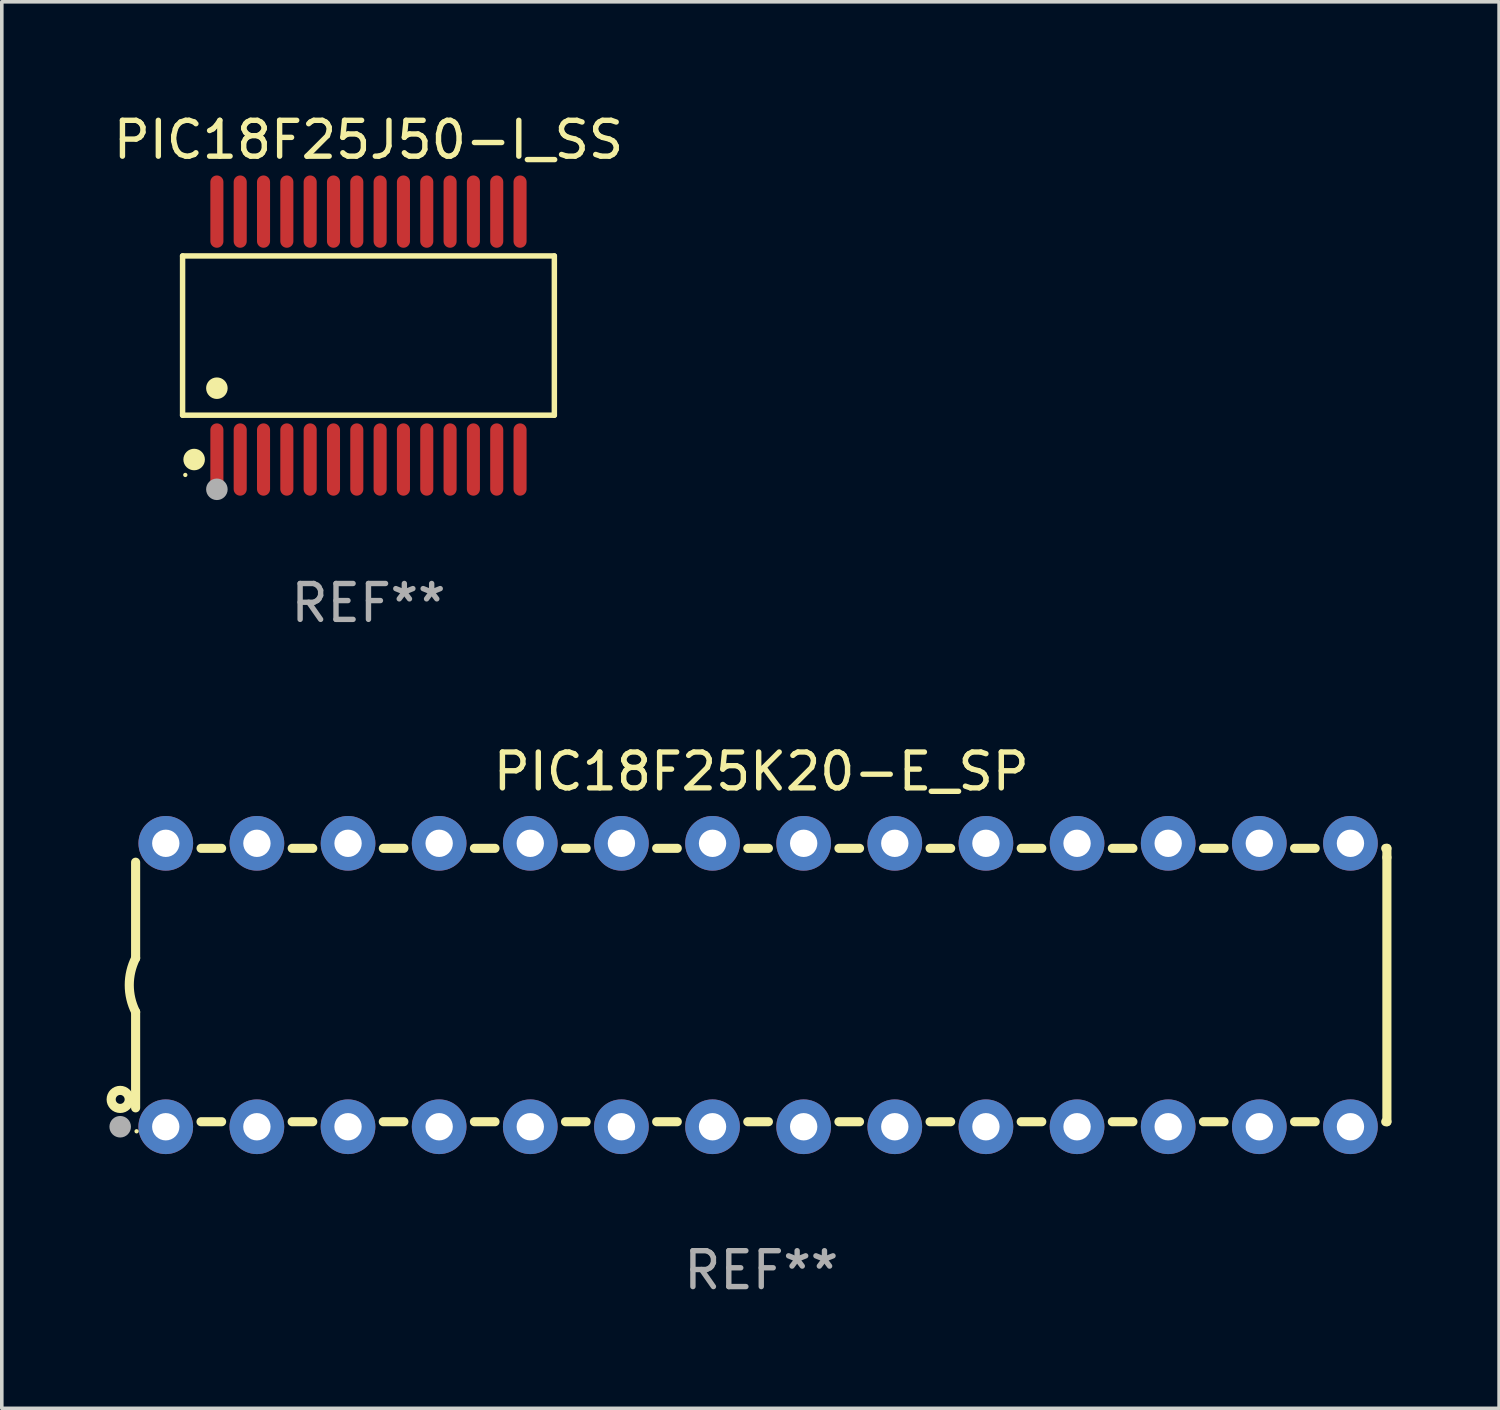
<source format=kicad_pcb>
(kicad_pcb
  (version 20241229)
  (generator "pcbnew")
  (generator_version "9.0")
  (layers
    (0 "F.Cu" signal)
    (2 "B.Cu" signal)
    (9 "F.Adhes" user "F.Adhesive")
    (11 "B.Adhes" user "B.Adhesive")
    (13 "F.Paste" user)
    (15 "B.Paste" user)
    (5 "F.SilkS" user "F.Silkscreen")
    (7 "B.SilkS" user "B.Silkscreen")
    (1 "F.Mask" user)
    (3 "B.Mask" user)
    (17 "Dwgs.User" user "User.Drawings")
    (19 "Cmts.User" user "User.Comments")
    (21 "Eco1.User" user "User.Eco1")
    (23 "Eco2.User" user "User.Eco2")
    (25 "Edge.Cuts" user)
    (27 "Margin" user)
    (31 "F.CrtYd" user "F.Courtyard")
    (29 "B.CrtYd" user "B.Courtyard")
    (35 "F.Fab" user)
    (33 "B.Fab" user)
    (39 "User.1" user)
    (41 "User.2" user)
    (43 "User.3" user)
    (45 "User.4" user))
  (footprint "PIC18F25J50-I_SS"
    (layer "F.Cu")
    (at 7.22 6.303)
    (property "Reference" "PIC18F25J50-I_SS" (at 0 -5.455 0) (layer "F.SilkS") (effects (font (size 1 1) (thickness 0.15))))
    (attr through_hole)
    (fp_line (start -5.181 -2.219) (end 5.181 -2.219) (stroke (width 0.152) (type solid)) (layer "F.SilkS"))
    (fp_line (start -5.181 2.219) (end -5.181 -2.219) (stroke (width 0.152) (type solid)) (layer "F.SilkS"))
    (fp_line (start 5.181 -2.219) (end 5.181 2.219) (stroke (width 0.152) (type solid)) (layer "F.SilkS"))
    (fp_line (start 5.181 2.219) (end -5.181 2.219) (stroke (width 0.152) (type solid)) (layer "F.SilkS"))
    (fp_circle (center -5.105 3.885) (end -5.075 3.885) (stroke (width 0.06) (type solid)) (fill no) (layer "F.SilkS"))
    (fp_circle (center -4.859 3.455) (end -4.709 3.455) (stroke (width 0.3) (type solid)) (fill no) (layer "F.SilkS"))
    (fp_circle (center -4.225 1.467) (end -4.075 1.467) (stroke (width 0.3) (type solid)) (fill no) (layer "F.SilkS"))
    (fp_circle (center -4.225 4.285) (end -4.075 4.285) (stroke (width 0.3) (type solid)) (fill no) (layer "F.Fab"))
    (fp_text user "REF**" (at 0 7.455 0) (layer "F.Fab") (effects (font (size 1 1) (thickness 0.15))))
    (pad "1" smd oval (at -4.225 3.455) (size 0.364 2.015) (layers "F.Cu" "F.Mask" "F.Paste"))
    (pad "2" smd oval (at -3.575 3.455) (size 0.364 2.015) (layers "F.Cu" "F.Mask" "F.Paste"))
    (pad "3" smd oval (at -2.925 3.455) (size 0.364 2.015) (layers "F.Cu" "F.Mask" "F.Paste"))
    (pad "4" smd oval (at -2.275 3.455) (size 0.364 2.015) (layers "F.Cu" "F.Mask" "F.Paste"))
    (pad "5" smd oval (at -1.625 3.455) (size 0.364 2.015) (layers "F.Cu" "F.Mask" "F.Paste"))
    (pad "6" smd oval (at -0.975 3.455) (size 0.364 2.015) (layers "F.Cu" "F.Mask" "F.Paste"))
    (pad "7" smd oval (at -0.325 3.455) (size 0.364 2.015) (layers "F.Cu" "F.Mask" "F.Paste"))
    (pad "8" smd oval (at 0.325 3.455) (size 0.364 2.015) (layers "F.Cu" "F.Mask" "F.Paste"))
    (pad "9" smd oval (at 0.975 3.455) (size 0.364 2.015) (layers "F.Cu" "F.Mask" "F.Paste"))
    (pad "10" smd oval (at 1.625 3.455) (size 0.364 2.015) (layers "F.Cu" "F.Mask" "F.Paste"))
    (pad "11" smd oval (at 2.275 3.455) (size 0.364 2.015) (layers "F.Cu" "F.Mask" "F.Paste"))
    (pad "12" smd oval (at 2.925 3.455) (size 0.364 2.015) (layers "F.Cu" "F.Mask" "F.Paste"))
    (pad "13" smd oval (at 3.575 3.455) (size 0.364 2.015) (layers "F.Cu" "F.Mask" "F.Paste"))
    (pad "14" smd oval (at 4.225 3.455) (size 0.364 2.015) (layers "F.Cu" "F.Mask" "F.Paste"))
    (pad "15" smd oval (at 4.225 -3.455) (size 0.364 2.015) (layers "F.Cu" "F.Mask" "F.Paste"))
    (pad "16" smd oval (at 3.575 -3.455) (size 0.364 2.015) (layers "F.Cu" "F.Mask" "F.Paste"))
    (pad "17" smd oval (at 2.925 -3.455) (size 0.364 2.015) (layers "F.Cu" "F.Mask" "F.Paste"))
    (pad "18" smd oval (at 2.275 -3.455) (size 0.364 2.015) (layers "F.Cu" "F.Mask" "F.Paste"))
    (pad "19" smd oval (at 1.625 -3.455) (size 0.364 2.015) (layers "F.Cu" "F.Mask" "F.Paste"))
    (pad "20" smd oval (at 0.975 -3.455) (size 0.364 2.015) (layers "F.Cu" "F.Mask" "F.Paste"))
    (pad "21" smd oval (at 0.325 -3.455) (size 0.364 2.015) (layers "F.Cu" "F.Mask" "F.Paste"))
    (pad "22" smd oval (at -0.325 -3.455) (size 0.364 2.015) (layers "F.Cu" "F.Mask" "F.Paste"))
    (pad "23" smd oval (at -0.975 -3.455) (size 0.364 2.015) (layers "F.Cu" "F.Mask" "F.Paste"))
    (pad "24" smd oval (at -1.625 -3.455) (size 0.364 2.015) (layers "F.Cu" "F.Mask" "F.Paste"))
    (pad "25" smd oval (at -2.275 -3.455) (size 0.364 2.015) (layers "F.Cu" "F.Mask" "F.Paste"))
    (pad "26" smd oval (at -2.925 -3.455) (size 0.364 2.015) (layers "F.Cu" "F.Mask" "F.Paste"))
    (pad "27" smd oval (at -3.575 -3.455) (size 0.364 2.015) (layers "F.Cu" "F.Mask" "F.Paste"))
    (pad "28" smd oval (at -4.225 -3.455) (size 0.364 2.015) (layers "F.Cu" "F.Mask" "F.Paste")))
  (footprint "PIC18F25K20-E_SP"
    (layer "F.Cu")
    (at 18.168 24.405)
    (property "Reference" "PIC18F25K20-E_SP" (at 0 -5.95 0) (layer "F.SilkS") (effects (font (size 1 1) (thickness 0.15))))
    (attr through_hole)
    (fp_line (start -17.438 0.75) (end -17.438 3.423) (stroke (width 0.254) (type solid)) (layer "F.SilkS"))
    (fp_line (start -17.438 -3.423) (end -17.438 -0.75) (stroke (width 0.254) (type solid)) (layer "F.SilkS"))
    (fp_line (start -15.615 3.81) (end -15.041 3.81) (stroke (width 0.254) (type solid)) (layer "F.SilkS"))
    (fp_line (start -15.041 -3.81) (end -15.614 -3.81) (stroke (width 0.254) (type solid)) (layer "F.SilkS"))
    (fp_line (start -13.075 3.81) (end -12.501 3.81) (stroke (width 0.254) (type solid)) (layer "F.SilkS"))
    (fp_line (start -12.501 -3.81) (end -13.074 -3.81) (stroke (width 0.254) (type solid)) (layer "F.SilkS"))
    (fp_line (start -10.535 3.81) (end -9.961 3.81) (stroke (width 0.254) (type solid)) (layer "F.SilkS"))
    (fp_line (start -9.961 -3.81) (end -10.534 -3.81) (stroke (width 0.254) (type solid)) (layer "F.SilkS"))
    (fp_line (start -7.995 3.81) (end -7.421 3.81) (stroke (width 0.254) (type solid)) (layer "F.SilkS"))
    (fp_line (start -7.421 -3.81) (end -7.995 -3.81) (stroke (width 0.254) (type solid)) (layer "F.SilkS"))
    (fp_line (start -5.455 3.81) (end -4.881 3.81) (stroke (width 0.254) (type solid)) (layer "F.SilkS"))
    (fp_line (start -4.881 -3.81) (end -5.455 -3.81) (stroke (width 0.254) (type solid)) (layer "F.SilkS"))
    (fp_line (start -2.915 3.81) (end -2.341 3.81) (stroke (width 0.254) (type solid)) (layer "F.SilkS"))
    (fp_line (start -2.341 -3.81) (end -2.915 -3.81) (stroke (width 0.254) (type solid)) (layer "F.SilkS"))
    (fp_line (start -0.375 3.81) (end 0.199 3.81) (stroke (width 0.254) (type solid)) (layer "F.SilkS"))
    (fp_line (start 0.199 -3.81) (end -0.375 -3.81) (stroke (width 0.254) (type solid)) (layer "F.SilkS"))
    (fp_line (start 2.165 3.81) (end 2.739 3.81) (stroke (width 0.254) (type solid)) (layer "F.SilkS"))
    (fp_line (start 2.739 -3.81) (end 2.165 -3.81) (stroke (width 0.254) (type solid)) (layer "F.SilkS"))
    (fp_line (start 4.705 3.81) (end 5.279 3.81) (stroke (width 0.254) (type solid)) (layer "F.SilkS"))
    (fp_line (start 5.279 -3.81) (end 4.705 -3.81) (stroke (width 0.254) (type solid)) (layer "F.SilkS"))
    (fp_line (start 7.245 3.81) (end 7.819 3.81) (stroke (width 0.254) (type solid)) (layer "F.SilkS"))
    (fp_line (start 7.819 -3.81) (end 7.245 -3.81) (stroke (width 0.254) (type solid)) (layer "F.SilkS"))
    (fp_line (start 9.785 3.81) (end 10.359 3.81) (stroke (width 0.254) (type solid)) (layer "F.SilkS"))
    (fp_line (start 10.359 -3.81) (end 9.785 -3.81) (stroke (width 0.254) (type solid)) (layer "F.SilkS"))
    (fp_line (start 12.325 3.81) (end 12.899 3.81) (stroke (width 0.254) (type solid)) (layer "F.SilkS"))
    (fp_line (start 12.899 -3.81) (end 12.325 -3.81) (stroke (width 0.254) (type solid)) (layer "F.SilkS"))
    (fp_line (start 14.865 3.81) (end 15.439 3.81) (stroke (width 0.254) (type solid)) (layer "F.SilkS"))
    (fp_line (start 15.439 -3.81) (end 14.865 -3.81) (stroke (width 0.254) (type solid)) (layer "F.SilkS"))
    (fp_line (start 17.405 3.81) (end 17.438 3.81) (stroke (width 0.254) (type solid)) (layer "F.SilkS"))
    (fp_line (start 17.438 -3.81) (end 17.405 -3.81) (stroke (width 0.254) (type solid)) (layer "F.SilkS"))
    (fp_line (start 17.438 -3.556) (end 17.438 -3.81) (stroke (width 0.254) (type solid)) (layer "F.SilkS"))
    (fp_line (start 17.438 3.81) (end 17.438 -3.556) (stroke (width 0.254) (type solid)) (layer "F.SilkS"))
    (fp_arc (start -17.437986 0.749657) (mid -17.614887 -0.000024) (end -17.437783 -0.749657) (stroke (width 0.254001) (type solid)) (layer "F.SilkS"))
    (fp_circle (center -17.868 3.188) (end -17.743 3.188) (stroke (width 0.254) (type solid)) (fill no) (layer "F.SilkS"))
    (fp_circle (center -17.411 4.077) (end -17.381 4.077) (stroke (width 0.06) (type solid)) (fill no) (layer "F.SilkS"))
    (fp_circle (center -17.868 3.95) (end -17.718 3.95) (stroke (width 0.3) (type solid)) (fill no) (layer "F.Fab"))
    (fp_text user "REF**" (at 0 7.95 0) (layer "F.Fab") (effects (font (size 1 1) (thickness 0.15))))
    (pad "1" thru_hole circle (at -16.598 3.95) (size 1.524 1.524) (drill 0.762) (layers "*.Cu" "*.Mask"))
    (pad "2" thru_hole circle (at -14.058 3.95) (size 1.524 1.524) (drill 0.762) (layers "*.Cu" "*.Mask"))
    (pad "3" thru_hole circle (at -11.518 3.95) (size 1.524 1.524) (drill 0.762) (layers "*.Cu" "*.Mask"))
    (pad "4" thru_hole circle (at -8.978 3.95) (size 1.524 1.524) (drill 0.762) (layers "*.Cu" "*.Mask"))
    (pad "5" thru_hole circle (at -6.438 3.95) (size 1.524 1.524) (drill 0.762) (layers "*.Cu" "*.Mask"))
    (pad "6" thru_hole circle (at -3.898 3.95) (size 1.524 1.524) (drill 0.762) (layers "*.Cu" "*.Mask"))
    (pad "7" thru_hole circle (at -1.358 3.95) (size 1.524 1.524) (drill 0.762) (layers "*.Cu" "*.Mask"))
    (pad "8" thru_hole circle (at 1.182 3.95) (size 1.524 1.524) (drill 0.762) (layers "*.Cu" "*.Mask"))
    (pad "9" thru_hole circle (at 3.722 3.95) (size 1.524 1.524) (drill 0.762) (layers "*.Cu" "*.Mask"))
    (pad "10" thru_hole circle (at 6.262 3.95) (size 1.524 1.524) (drill 0.762) (layers "*.Cu" "*.Mask"))
    (pad "11" thru_hole circle (at 8.802 3.95) (size 1.524 1.524) (drill 0.762) (layers "*.Cu" "*.Mask"))
    (pad "12" thru_hole circle (at 11.342 3.95) (size 1.524 1.524) (drill 0.762) (layers "*.Cu" "*.Mask"))
    (pad "13" thru_hole circle (at 13.882 3.95) (size 1.524 1.524) (drill 0.762) (layers "*.Cu" "*.Mask"))
    (pad "14" thru_hole circle (at 16.422 3.95) (size 1.524 1.524) (drill 0.762) (layers "*.Cu" "*.Mask"))
    (pad "15" thru_hole circle (at 16.422 -3.95) (size 1.524 1.524) (drill 0.762) (layers "*.Cu" "*.Mask"))
    (pad "16" thru_hole circle (at 13.882 -3.95) (size 1.524 1.524) (drill 0.762) (layers "*.Cu" "*.Mask"))
    (pad "17" thru_hole circle (at 11.342 -3.95) (size 1.524 1.524) (drill 0.762) (layers "*.Cu" "*.Mask"))
    (pad "18" thru_hole circle (at 8.802 -3.95) (size 1.524 1.524) (drill 0.762) (layers "*.Cu" "*.Mask"))
    (pad "19" thru_hole circle (at 6.262 -3.95) (size 1.524 1.524) (drill 0.762) (layers "*.Cu" "*.Mask"))
    (pad "20" thru_hole circle (at 3.722 -3.95) (size 1.524 1.524) (drill 0.762) (layers "*.Cu" "*.Mask"))
    (pad "21" thru_hole circle (at 1.182 -3.95) (size 1.524 1.524) (drill 0.762) (layers "*.Cu" "*.Mask"))
    (pad "22" thru_hole circle (at -1.358 -3.95) (size 1.524 1.524) (drill 0.762) (layers "*.Cu" "*.Mask"))
    (pad "23" thru_hole circle (at -3.898 -3.95) (size 1.524 1.524) (drill 0.762) (layers "*.Cu" "*.Mask"))
    (pad "24" thru_hole circle (at -6.438 -3.95) (size 1.524 1.524) (drill 0.762) (layers "*.Cu" "*.Mask"))
    (pad "25" thru_hole circle (at -8.978 -3.95) (size 1.524 1.524) (drill 0.762) (layers "*.Cu" "*.Mask"))
    (pad "26" thru_hole circle (at -11.517 -3.95) (size 1.524 1.524) (drill 0.762) (layers "*.Cu" "*.Mask"))
    (pad "27" thru_hole circle (at -14.057 -3.95) (size 1.524 1.524) (drill 0.762) (layers "*.Cu" "*.Mask"))
    (pad "28" thru_hole circle (at -16.597 -3.95) (size 1.524 1.524) (drill 0.762) (layers "*.Cu" "*.Mask")))
  (gr_rect
    (start -3 -3)
    (end 38.733 36.203)
    (stroke (width 0.1) (type default))
    (fill no)
    (layer "Edge.Cuts")))
</source>
